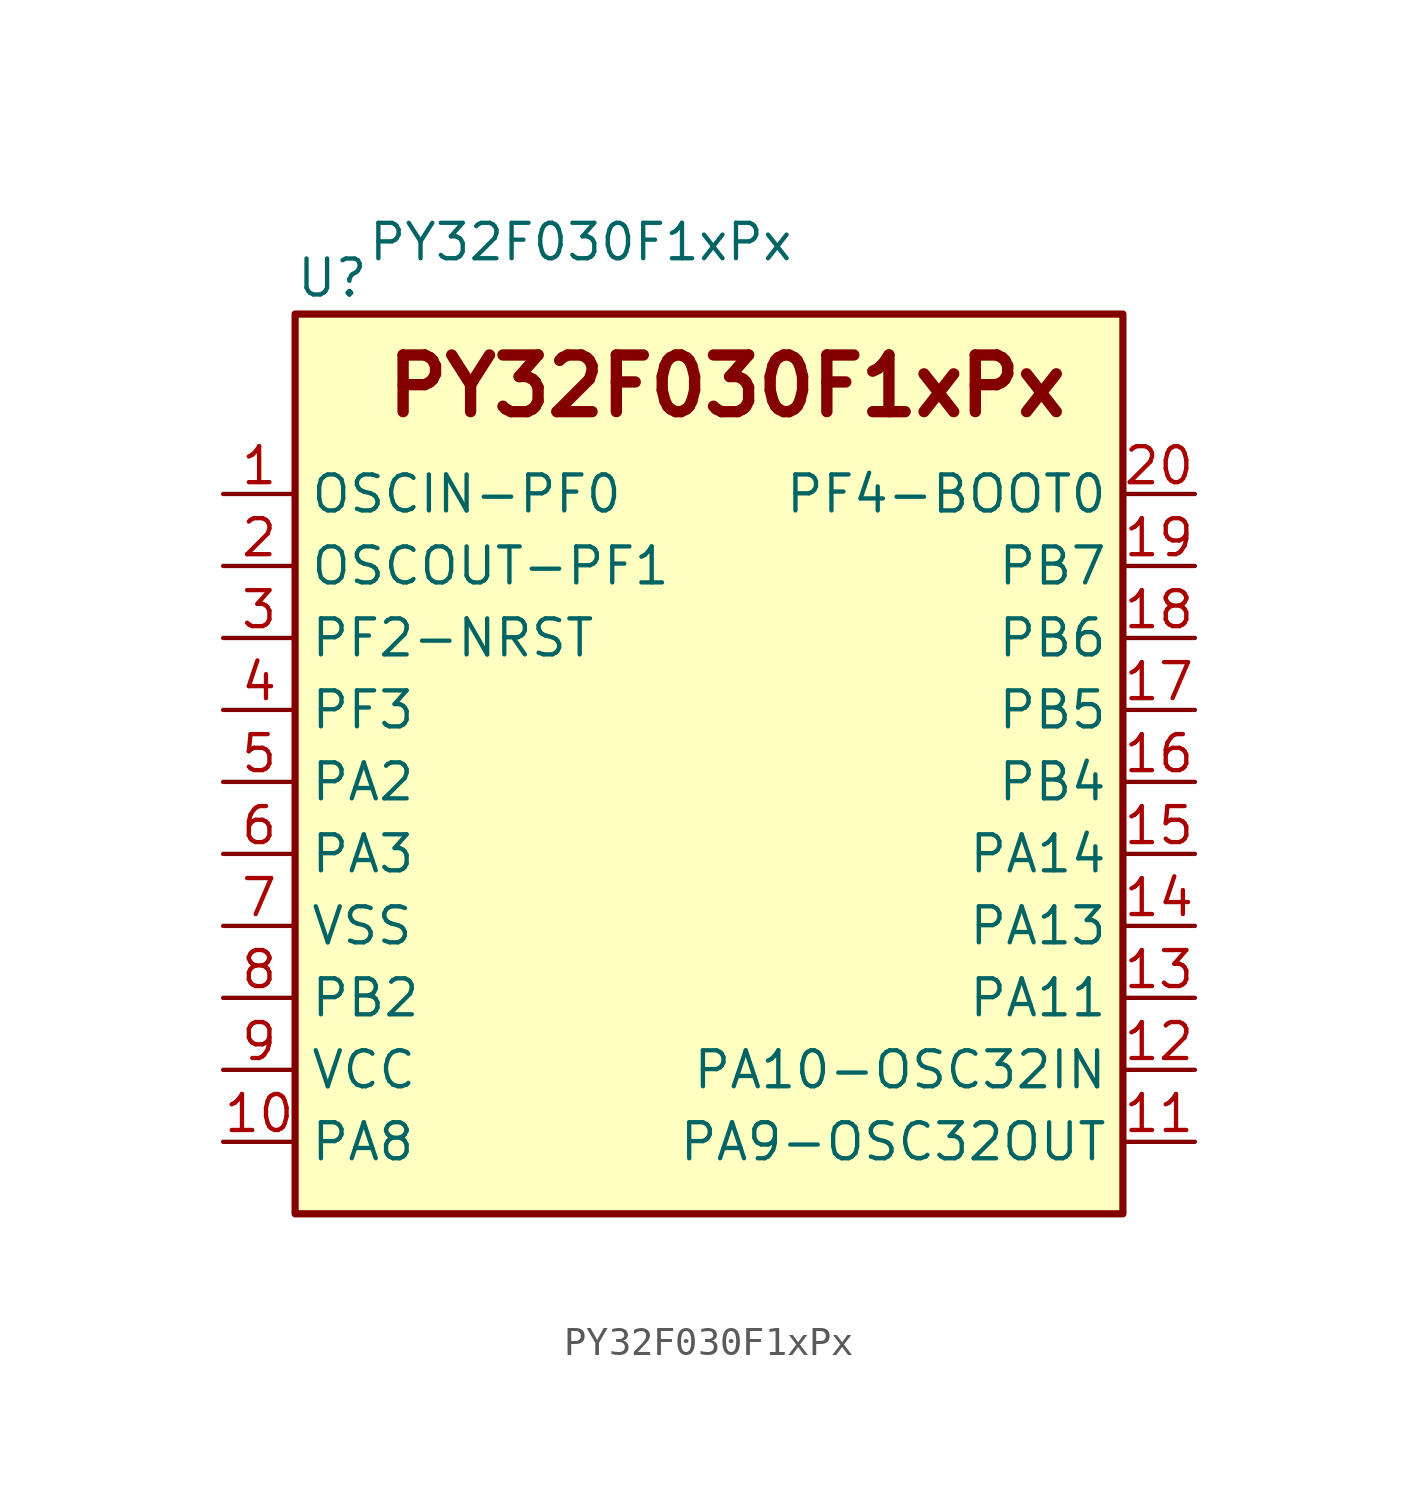
<source format=kicad_sym>
(kicad_symbol_lib
  (version 20220914)
  (generator https://github.com/uPesy/easyeda2kicad.py)
  (symbol "PY32F030F1xPx"
    (property "Reference" "U"
      (at -10.16 19.05 0)
      (effects (font (size 1.27 1.27)) (justify left)))
    (property "Value" "PY32F030F1xPx"
      (at -7.62 20.32 0)
      (effects (font (size 1.25 1.25)) (justify left)))
    (property "ki_locked" ""
      (at 0 0 0)
      (effects (font (size 1.27 1.27))))
    (symbol "PY32F030F1xPx_0_1"
      (rectangle (start -10.16 17.78) (end 19.05 -13.97) (stroke (width 0.254) (type default)) (fill (type background))))
    (symbol "PY32F030F1xPx_1_1"
      (text "PY32F030F1xPx" (at 5.08 15.24 0) (effects (font (size 2 2) bold)))
      (pin bidirectional line (at -12.7 11.43 0) (length 2.54) (name "OSCIN-PF0" (effects (font (size 1.27 1.27)))) (number "1" (effects (font (size 1.27 1.27)))) (alternate "RCC_OSC_IN" bidirectional line))
      (pin bidirectional line (at -12.7 -11.43 0) (length 2.54) (name "PA8" (effects (font (size 1.27 1.27)))) (number "10" (effects (font (size 1.27 1.27)))) (alternate "ADC_IN9" bidirectional line) (alternate "TIM14_CH1" bidirectional line) (alternate "TIM1_CH3N" bidirectional line) (alternate "TIM3_CH4" bidirectional line))
      (pin bidirectional line (at 21.59 -11.43 180) (length 2.54) (name "PA9-OSC32OUT" (effects (font (size 1.27 1.27)))) (number "11" (effects (font (size 1.27 1.27)))) (alternate "ADC_IN0" bidirectional line) (alternate "RTC_TAMP2" bidirectional line) (alternate "SYS_WKUP1" bidirectional line) (alternate "USART1_CTS" bidirectional line))
      (pin bidirectional line (at 21.59 -8.89 180) (length 2.54) (name "PA10-OSC32IN" (effects (font (size 1.27 1.27)))) (number "12" (effects (font (size 1.27 1.27)))) (alternate "ADC_IN0" bidirectional line) (alternate "RTC_TAMP2" bidirectional line) (alternate "SYS_WKUP1" bidirectional line) (alternate "USART1_CTS" bidirectional line))
      (pin bidirectional line (at 21.59 -6.35 180) (length 2.54) (name "PA11" (effects (font (size 1.27 1.27)))) (number "13" (effects (font (size 1.27 1.27)))) (alternate "ADC_IN0" bidirectional line) (alternate "RTC_TAMP2" bidirectional line) (alternate "SYS_WKUP1" bidirectional line) (alternate "USART1_CTS" bidirectional line))
      (pin bidirectional line (at 21.59 -3.81 180) (length 2.54) (name "PA13" (effects (font (size 1.27 1.27)))) (number "14" (effects (font (size 1.27 1.27)))) (alternate "ADC_IN0" bidirectional line) (alternate "RTC_TAMP2" bidirectional line) (alternate "SYS_WKUP1" bidirectional line) (alternate "USART1_CTS" bidirectional line))
      (pin bidirectional line (at 21.59 -1.27 180) (length 2.54) (name "PA14" (effects (font (size 1.27 1.27)))) (number "15" (effects (font (size 1.27 1.27)))) (alternate "ADC_IN0" bidirectional line) (alternate "RTC_TAMP2" bidirectional line) (alternate "SYS_WKUP1" bidirectional line) (alternate "USART1_CTS" bidirectional line))
      (pin bidirectional line (at 21.59 1.27 180) (length 2.54) (name "PB4" (effects (font (size 1.27 1.27)))) (number "16" (effects (font (size 1.27 1.27)))) (alternate "ADC_IN0" bidirectional line) (alternate "RTC_TAMP2" bidirectional line) (alternate "SYS_WKUP1" bidirectional line) (alternate "USART1_CTS" bidirectional line))
      (pin bidirectional line (at 21.59 3.81 180) (length 2.54) (name "PB5" (effects (font (size 1.27 1.27)))) (number "17" (effects (font (size 1.27 1.27)))) (alternate "ADC_IN0" bidirectional line) (alternate "RTC_TAMP2" bidirectional line) (alternate "SYS_WKUP1" bidirectional line) (alternate "USART1_CTS" bidirectional line))
      (pin bidirectional line (at 21.59 6.35 180) (length 2.54) (name "PB6" (effects (font (size 1.27 1.27)))) (number "18" (effects (font (size 1.27 1.27)))) (alternate "ADC_IN0" bidirectional line) (alternate "RTC_TAMP2" bidirectional line) (alternate "SYS_WKUP1" bidirectional line) (alternate "USART1_CTS" bidirectional line))
      (pin bidirectional line (at 21.59 8.89 180) (length 2.54) (name "PB7" (effects (font (size 1.27 1.27)))) (number "19" (effects (font (size 1.27 1.27)))) (alternate "ADC_IN0" bidirectional line) (alternate "RTC_TAMP2" bidirectional line) (alternate "SYS_WKUP1" bidirectional line) (alternate "USART1_CTS" bidirectional line))
      (pin bidirectional line (at -12.7 8.89 0) (length 2.54) (name "OSCOUT-PF1" (effects (font (size 1.27 1.27)))) (number "2" (effects (font (size 1.27 1.27)))) (alternate "RCC_OSC_OUT" bidirectional line))
      (pin bidirectional line (at 21.59 11.43 180) (length 2.54) (name "PF4-BOOT0" (effects (font (size 1.27 1.27)))) (number "20" (effects (font (size 1.27 1.27)))) (alternate "ADC_IN0" bidirectional line) (alternate "RTC_TAMP2" bidirectional line) (alternate "SYS_WKUP1" bidirectional line) (alternate "USART1_CTS" bidirectional line))
      (pin bidirectional line (at -12.7 6.35 0) (length 2.54) (name "PF2-NRST" (effects (font (size 1.27 1.27)))) (number "3" (effects (font (size 1.27 1.27)))))
      (pin bidirectional line (at -12.7 3.81 0) (length 2.54) (name "PF3" (effects (font (size 1.27 1.27)))) (number "4" (effects (font (size 1.27 1.27)))) (alternate "ADC_IN9" bidirectional line) (alternate "TIM14_CH1" bidirectional line) (alternate "TIM1_CH3N" bidirectional line) (alternate "TIM3_CH4" bidirectional line))
      (pin bidirectional line (at -12.7 1.27 0) (length 2.54) (name "PA2" (effects (font (size 1.27 1.27)))) (number "5" (effects (font (size 1.27 1.27)))) (alternate "ADC_IN9" bidirectional line) (alternate "TIM14_CH1" bidirectional line) (alternate "TIM1_CH3N" bidirectional line) (alternate "TIM3_CH4" bidirectional line))
      (pin bidirectional line (at -12.7 -1.27 0) (length 2.54) (name "PA3" (effects (font (size 1.27 1.27)))) (number "6" (effects (font (size 1.27 1.27)))) (alternate "ADC_IN9" bidirectional line) (alternate "TIM14_CH1" bidirectional line) (alternate "TIM1_CH3N" bidirectional line) (alternate "TIM3_CH4" bidirectional line))
      (pin power_in line (at -12.7 -3.81 0) (length 2.54) (name "VSS" (effects (font (size 1.27 1.27)))) (number "7" (effects (font (size 1.27 1.27)))))
      (pin bidirectional line (at -12.7 -6.35 0) (length 2.54) (name "PB2" (effects (font (size 1.27 1.27)))) (number "8" (effects (font (size 1.27 1.27)))) (alternate "ADC_IN9" bidirectional line) (alternate "TIM14_CH1" bidirectional line) (alternate "TIM1_CH3N" bidirectional line) (alternate "TIM3_CH4" bidirectional line))
      (pin power_in line (at -12.7 -8.89 0) (length 2.54) (name "VCC" (effects (font (size 1.27 1.27)))) (number "9" (effects (font (size 1.27 1.27))))))))
</source>
